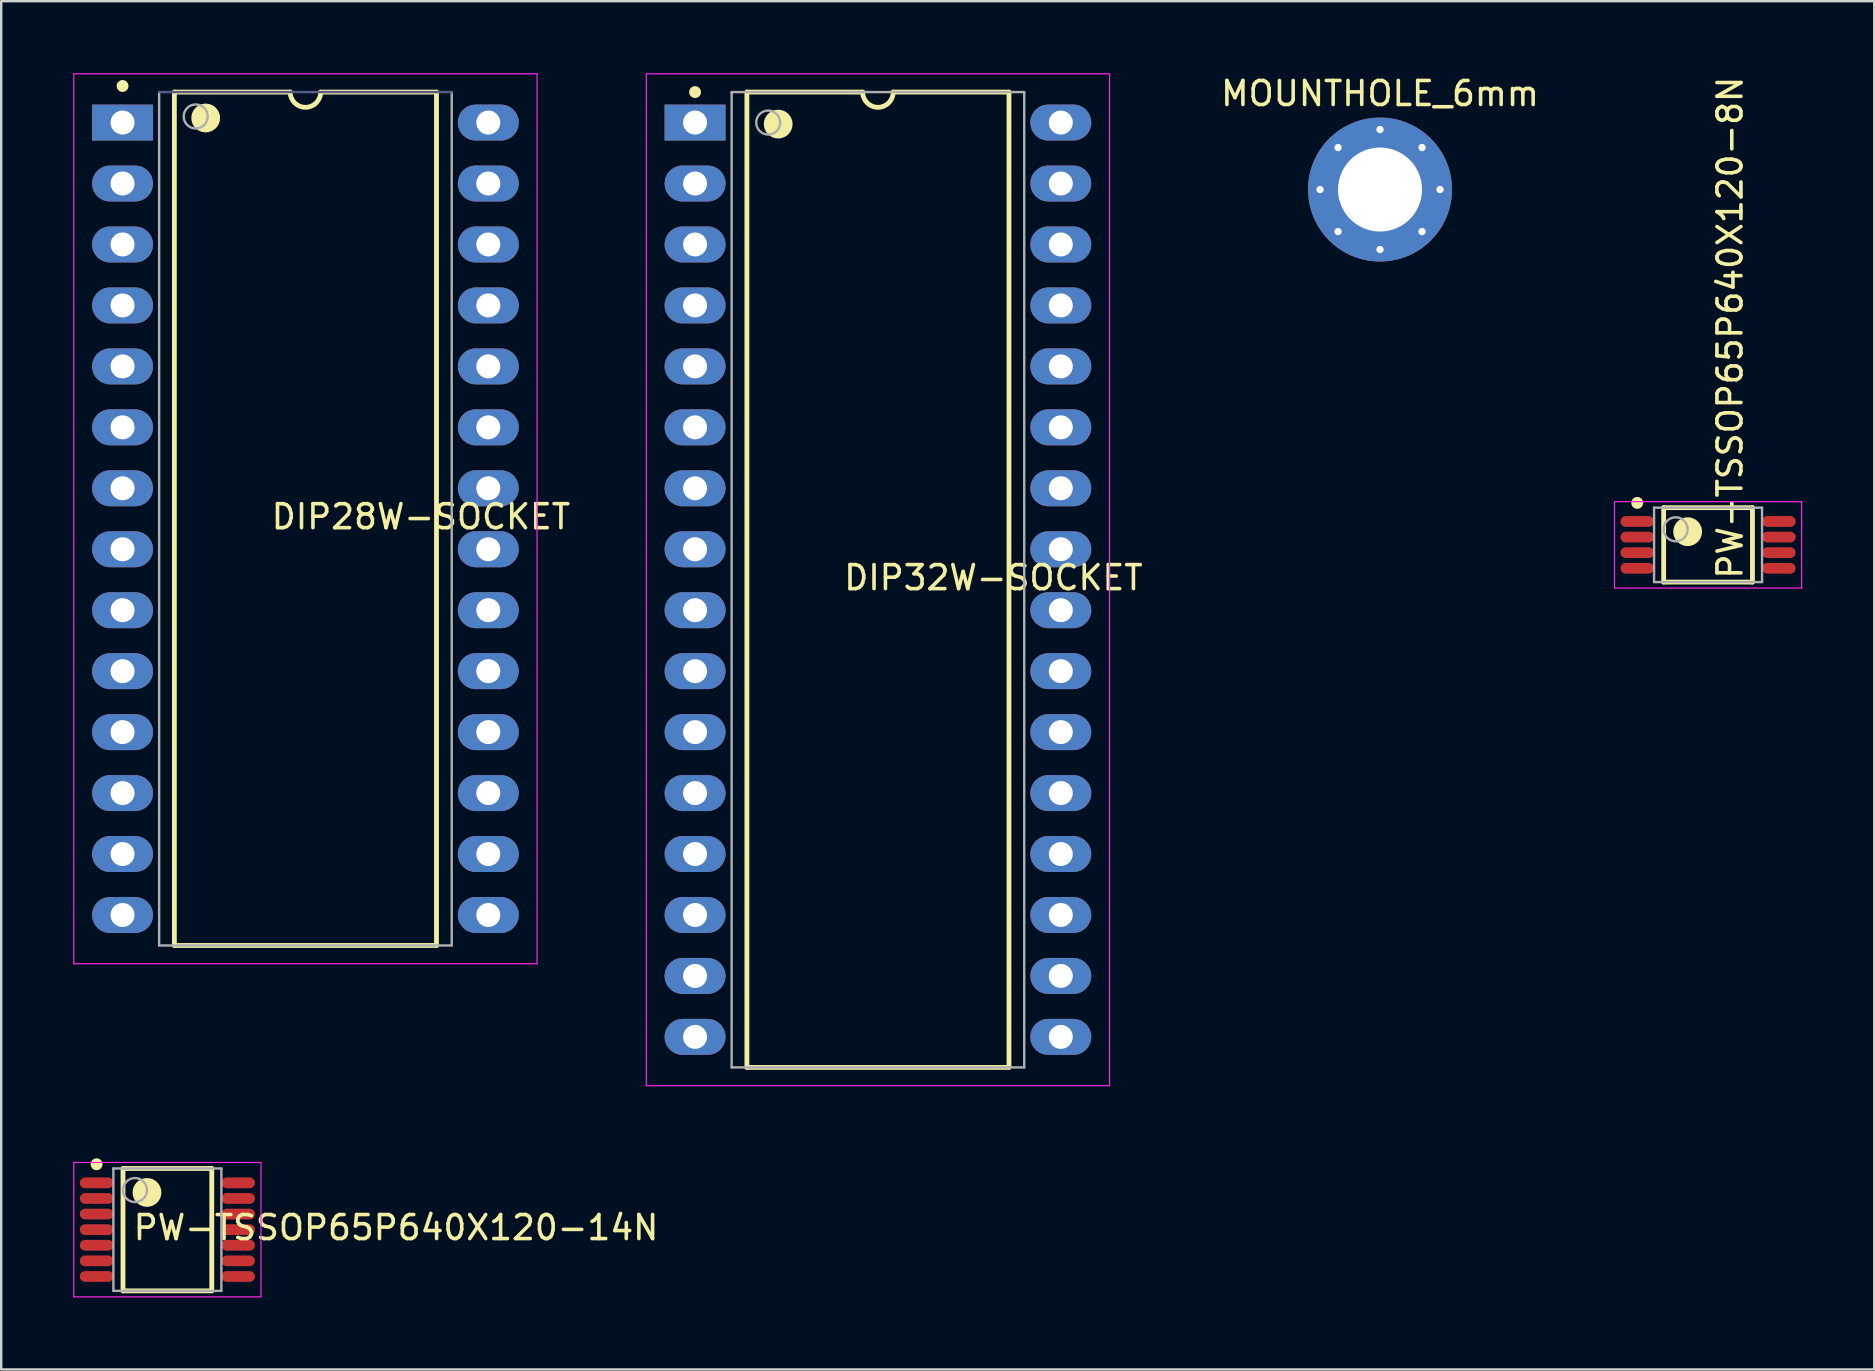
<source format=kicad_pcb>
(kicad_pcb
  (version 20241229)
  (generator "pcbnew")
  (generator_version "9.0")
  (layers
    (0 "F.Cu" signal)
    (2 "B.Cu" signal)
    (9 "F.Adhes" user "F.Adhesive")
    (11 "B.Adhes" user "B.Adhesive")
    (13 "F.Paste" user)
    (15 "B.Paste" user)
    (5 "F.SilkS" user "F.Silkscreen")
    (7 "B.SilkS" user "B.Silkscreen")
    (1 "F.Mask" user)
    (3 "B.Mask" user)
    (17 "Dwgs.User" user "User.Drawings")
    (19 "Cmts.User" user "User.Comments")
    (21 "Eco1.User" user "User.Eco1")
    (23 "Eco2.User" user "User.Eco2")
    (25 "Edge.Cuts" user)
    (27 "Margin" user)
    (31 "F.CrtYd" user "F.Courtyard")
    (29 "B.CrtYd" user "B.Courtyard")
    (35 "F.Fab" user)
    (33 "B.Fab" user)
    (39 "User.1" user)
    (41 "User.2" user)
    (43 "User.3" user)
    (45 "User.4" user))
  (footprint "MOUNTHOLE_6mm"
    (layer "F.Cu")
    (at 54.455 4.848)
    (property "Reference" "MOUNTHOLE_6mm" (at 0 -4 0) (unlocked yes) (layer "F.SilkS") (effects (font (size 1 1) (thickness 0.15))))
    (attr through_hole exclude_from_bom)
    (pad "1" thru_hole circle (at -2.5 0) (size 0.61 0.61) (drill 0.305) (layers "*.Cu" "*.Mask"))
    (pad "1" thru_hole circle (at -1.75 -1.75) (size 0.61 0.61) (drill 0.305) (layers "*.Cu" "*.Mask"))
    (pad "1" thru_hole circle (at -1.75 1.75) (size 0.61 0.61) (drill 0.305) (layers "*.Cu" "*.Mask"))
    (pad "1" thru_hole circle (at 0 -2.5) (size 0.61 0.61) (drill 0.305) (layers "*.Cu" "*.Mask"))
    (pad "1" thru_hole circle (at 0 0) (size 6 6) (drill 3.5) (layers "*.Cu" "*.Mask"))
    (pad "1" thru_hole circle (at 0 2.5) (size 0.61 0.61) (drill 0.305) (layers "*.Cu" "*.Mask"))
    (pad "1" thru_hole circle (at 1.75 -1.75) (size 0.61 0.61) (drill 0.305) (layers "*.Cu" "*.Mask"))
    (pad "1" thru_hole circle (at 1.75 1.75) (size 0.61 0.61) (drill 0.305) (layers "*.Cu" "*.Mask"))
    (pad "1" thru_hole circle (at 2.5 0) (size 0.61 0.61) (drill 0.305) (layers "*.Cu" "*.Mask")))
  (footprint "DIP32W-SOCKET"
    (layer "F.Cu")
    (at 33.533 21.107)
    (property "Reference" "DIP32W-SOCKET" (at -1.5 0.5 0) (unlocked yes) (layer "F.SilkS") (effects (font (size 1 1) (thickness 0.15)) (justify left bottom)))
    (attr through_hole)
    (fp_line (start -5.461 -20.32) (end -5.461 20.32) (stroke (width 0.2) (type solid)) (layer "F.SilkS"))
    (fp_line (start -5.461 -20.32) (end -0.635 -20.32) (stroke (width 0.2) (type solid)) (layer "F.SilkS"))
    (fp_line (start -5.461 20.32) (end 5.461 20.32) (stroke (width 0.2) (type solid)) (layer "F.SilkS"))
    (fp_line (start 0.635 -20.32) (end 5.461 -20.32) (stroke (width 0.2) (type solid)) (layer "F.SilkS"))
    (fp_line (start 5.461 -20.32) (end 5.461 20.32) (stroke (width 0.2) (type solid)) (layer "F.SilkS"))
    (fp_arc (start 0.635 -20.32) (mid 0 -19.685) (end -0.635 -20.32) (stroke (width 0.2) (type solid)) (layer "F.SilkS"))
    (fp_circle (center -7.62 -20.32) (end -7.495 -20.32) (stroke (width 0.25) (type solid)) (fill no) (layer "F.SilkS"))
    (fp_circle (center -4.156 -18.986) (end -3.856 -18.986) (stroke (width 0.6) (type solid)) (fill no) (layer "F.SilkS"))
    (fp_line (start -9.652 -21.082) (end -9.652 21.082) (stroke (width 0.05) (type solid)) (layer "F.CrtYd"))
    (fp_line (start -9.652 -21.082) (end 9.652 -21.082) (stroke (width 0.05) (type solid)) (layer "F.CrtYd"))
    (fp_line (start -9.652 21.082) (end 9.652 21.082) (stroke (width 0.05) (type solid)) (layer "F.CrtYd"))
    (fp_line (start 9.652 -21.082) (end 9.652 21.082) (stroke (width 0.05) (type solid)) (layer "F.CrtYd"))
    (fp_line (start -6.096 -20.32) (end -6.096 20.32) (stroke (width 0.1) (type solid)) (layer "F.Fab"))
    (fp_line (start -6.096 -20.32) (end 6.096 -20.32) (stroke (width 0.1) (type solid)) (layer "F.Fab"))
    (fp_line (start -6.096 20.32) (end 6.096 20.32) (stroke (width 0.1) (type solid)) (layer "F.Fab"))
    (fp_line (start 6.096 -20.32) (end 6.096 20.32) (stroke (width 0.1) (type solid)) (layer "F.Fab"))
    (fp_circle (center -4.572 -19.05) (end -4.072 -19.05) (stroke (width 0.1) (type solid)) (fill no) (layer "F.Fab"))
    (pad "1" thru_hole rect (at -7.62 -19.05) (size 2.54 1.5) (drill 1) (layers "*.Cu" "*.Mask"))
    (pad "2" thru_hole oval (at -7.62 -16.51) (size 2.54 1.5) (drill 1) (layers "*.Cu" "*.Mask"))
    (pad "3" thru_hole oval (at -7.62 -13.97) (size 2.54 1.5) (drill 1) (layers "*.Cu" "*.Mask"))
    (pad "4" thru_hole oval (at -7.62 -11.43) (size 2.54 1.5) (drill 1) (layers "*.Cu" "*.Mask"))
    (pad "5" thru_hole oval (at -7.62 -8.89) (size 2.54 1.5) (drill 1) (layers "*.Cu" "*.Mask"))
    (pad "6" thru_hole oval (at -7.62 -6.35) (size 2.54 1.5) (drill 1) (layers "*.Cu" "*.Mask"))
    (pad "7" thru_hole oval (at -7.62 -3.81) (size 2.54 1.5) (drill 1) (layers "*.Cu" "*.Mask"))
    (pad "8" thru_hole oval (at -7.62 -1.27) (size 2.54 1.5) (drill 1) (layers "*.Cu" "*.Mask"))
    (pad "9" thru_hole oval (at -7.62 1.27) (size 2.54 1.5) (drill 1) (layers "*.Cu" "*.Mask"))
    (pad "10" thru_hole oval (at -7.62 3.81) (size 2.54 1.5) (drill 1) (layers "*.Cu" "*.Mask"))
    (pad "11" thru_hole oval (at -7.62 6.35) (size 2.54 1.5) (drill 1) (layers "*.Cu" "*.Mask"))
    (pad "12" thru_hole oval (at -7.62 8.89) (size 2.54 1.5) (drill 1) (layers "*.Cu" "*.Mask"))
    (pad "13" thru_hole oval (at -7.62 11.43) (size 2.54 1.5) (drill 1) (layers "*.Cu" "*.Mask"))
    (pad "14" thru_hole oval (at -7.62 13.97) (size 2.54 1.5) (drill 1) (layers "*.Cu" "*.Mask"))
    (pad "15" thru_hole oval (at -7.62 16.51) (size 2.54 1.5) (drill 1) (layers "*.Cu" "*.Mask"))
    (pad "16" thru_hole oval (at -7.62 19.05) (size 2.54 1.5) (drill 1) (layers "*.Cu" "*.Mask"))
    (pad "17" thru_hole oval (at 7.62 19.05) (size 2.54 1.5) (drill 1) (layers "*.Cu" "*.Mask"))
    (pad "18" thru_hole oval (at 7.62 16.51) (size 2.54 1.5) (drill 1) (layers "*.Cu" "*.Mask"))
    (pad "19" thru_hole oval (at 7.62 13.97) (size 2.54 1.5) (drill 1) (layers "*.Cu" "*.Mask"))
    (pad "20" thru_hole oval (at 7.62 11.43) (size 2.54 1.5) (drill 1) (layers "*.Cu" "*.Mask"))
    (pad "21" thru_hole oval (at 7.62 8.89) (size 2.54 1.5) (drill 1) (layers "*.Cu" "*.Mask"))
    (pad "22" thru_hole oval (at 7.62 6.35) (size 2.54 1.5) (drill 1) (layers "*.Cu" "*.Mask"))
    (pad "23" thru_hole oval (at 7.62 3.81) (size 2.54 1.5) (drill 1) (layers "*.Cu" "*.Mask"))
    (pad "24" thru_hole oval (at 7.62 1.27) (size 2.54 1.5) (drill 1) (layers "*.Cu" "*.Mask"))
    (pad "25" thru_hole oval (at 7.62 -1.27) (size 2.54 1.5) (drill 1) (layers "*.Cu" "*.Mask"))
    (pad "26" thru_hole oval (at 7.62 -3.81) (size 2.54 1.5) (drill 1) (layers "*.Cu" "*.Mask"))
    (pad "27" thru_hole oval (at 7.62 -6.35) (size 2.54 1.5) (drill 1) (layers "*.Cu" "*.Mask"))
    (pad "28" thru_hole oval (at 7.62 -8.89) (size 2.54 1.5) (drill 1) (layers "*.Cu" "*.Mask"))
    (pad "29" thru_hole oval (at 7.62 -11.43) (size 2.54 1.5) (drill 1) (layers "*.Cu" "*.Mask"))
    (pad "30" thru_hole oval (at 7.62 -13.97) (size 2.54 1.5) (drill 1) (layers "*.Cu" "*.Mask"))
    (pad "31" thru_hole oval (at 7.62 -16.51) (size 2.54 1.5) (drill 1) (layers "*.Cu" "*.Mask"))
    (pad "32" thru_hole oval (at 7.62 -19.05) (size 2.54 1.5) (drill 1) (layers "*.Cu" "*.Mask")))
  (footprint "DIP28W-SOCKET"
    (layer "F.Cu")
    (at 9.677 18.567)
    (property "Reference" "DIP28W-SOCKET" (at -1.5 0.5 0) (unlocked yes) (layer "F.SilkS") (effects (font (size 1 1) (thickness 0.15)) (justify left bottom)))
    (attr through_hole)
    (fp_line (start -5.461 -17.78) (end -5.461 17.78) (stroke (width 0.2) (type solid)) (layer "F.SilkS"))
    (fp_line (start -5.461 -17.78) (end -0.635 -17.78) (stroke (width 0.2) (type solid)) (layer "F.SilkS"))
    (fp_line (start -5.461 17.78) (end 5.461 17.78) (stroke (width 0.2) (type solid)) (layer "F.SilkS"))
    (fp_line (start 0.635 -17.78) (end 5.461 -17.78) (stroke (width 0.2) (type solid)) (layer "F.SilkS"))
    (fp_line (start 5.461 -17.78) (end 5.461 17.78) (stroke (width 0.2) (type solid)) (layer "F.SilkS"))
    (fp_arc (start 0.635 -17.78) (mid 0 -17.145) (end -0.635 -17.78) (stroke (width 0.2) (type solid)) (layer "F.SilkS"))
    (fp_circle (center -7.62 -18.034) (end -7.495 -18.034) (stroke (width 0.25) (type solid)) (fill no) (layer "F.SilkS"))
    (fp_circle (center -4.156 -16.7) (end -3.856 -16.7) (stroke (width 0.6) (type solid)) (fill no) (layer "F.SilkS"))
    (fp_line (start -9.652 -18.542) (end -9.652 18.542) (stroke (width 0.05) (type solid)) (layer "F.CrtYd"))
    (fp_line (start -9.652 -18.542) (end 9.652 -18.542) (stroke (width 0.05) (type solid)) (layer "F.CrtYd"))
    (fp_line (start -9.652 18.542) (end 9.652 18.542) (stroke (width 0.05) (type solid)) (layer "F.CrtYd"))
    (fp_line (start 9.652 -18.542) (end 9.652 18.542) (stroke (width 0.05) (type solid)) (layer "F.CrtYd"))
    (fp_line (start -6.096 -17.78) (end 6.096 -17.78) (stroke (width 0.1) (type solid)) (layer "B.Fab"))
    (fp_line (start -6.096 -17.78) (end -6.096 17.78) (stroke (width 0.1) (type solid)) (layer "F.Fab"))
    (fp_line (start -6.096 17.78) (end 6.096 17.78) (stroke (width 0.1) (type solid)) (layer "F.Fab"))
    (fp_line (start 6.096 -17.78) (end 6.096 17.78) (stroke (width 0.1) (type solid)) (layer "F.Fab"))
    (fp_circle (center -4.572 -16.764) (end -4.072 -16.764) (stroke (width 0.1) (type solid)) (fill no) (layer "F.Fab"))
    (pad "1" thru_hole rect (at -7.62 -16.51) (size 2.54 1.5) (drill 1) (layers "*.Cu" "*.Mask"))
    (pad "2" thru_hole oval (at -7.62 -13.97) (size 2.54 1.5) (drill 1) (layers "*.Cu" "*.Mask"))
    (pad "3" thru_hole oval (at -7.62 -11.43) (size 2.54 1.5) (drill 1) (layers "*.Cu" "*.Mask"))
    (pad "4" thru_hole oval (at -7.62 -8.89) (size 2.54 1.5) (drill 1) (layers "*.Cu" "*.Mask"))
    (pad "5" thru_hole oval (at -7.62 -6.35) (size 2.54 1.5) (drill 1) (layers "*.Cu" "*.Mask"))
    (pad "6" thru_hole oval (at -7.62 -3.81) (size 2.54 1.5) (drill 1) (layers "*.Cu" "*.Mask"))
    (pad "7" thru_hole oval (at -7.62 -1.27) (size 2.54 1.5) (drill 1) (layers "*.Cu" "*.Mask"))
    (pad "8" thru_hole oval (at -7.62 1.27) (size 2.54 1.5) (drill 1) (layers "*.Cu" "*.Mask"))
    (pad "9" thru_hole oval (at -7.62 3.81) (size 2.54 1.5) (drill 1) (layers "*.Cu" "*.Mask"))
    (pad "10" thru_hole oval (at -7.62 6.35) (size 2.54 1.5) (drill 1) (layers "*.Cu" "*.Mask"))
    (pad "11" thru_hole oval (at -7.62 8.89) (size 2.54 1.5) (drill 1) (layers "*.Cu" "*.Mask"))
    (pad "12" thru_hole oval (at -7.62 11.43) (size 2.54 1.5) (drill 1) (layers "*.Cu" "*.Mask"))
    (pad "13" thru_hole oval (at -7.62 13.97) (size 2.54 1.5) (drill 1) (layers "*.Cu" "*.Mask"))
    (pad "14" thru_hole oval (at -7.62 16.51) (size 2.54 1.5) (drill 1) (layers "*.Cu" "*.Mask"))
    (pad "15" thru_hole oval (at 7.62 16.51) (size 2.54 1.5) (drill 1) (layers "*.Cu" "*.Mask"))
    (pad "16" thru_hole oval (at 7.62 13.97) (size 2.54 1.5) (drill 1) (layers "*.Cu" "*.Mask"))
    (pad "17" thru_hole oval (at 7.62 11.43) (size 2.54 1.5) (drill 1) (layers "*.Cu" "*.Mask"))
    (pad "18" thru_hole oval (at 7.62 8.89) (size 2.54 1.5) (drill 1) (layers "*.Cu" "*.Mask"))
    (pad "19" thru_hole oval (at 7.62 6.35) (size 2.54 1.5) (drill 1) (layers "*.Cu" "*.Mask"))
    (pad "20" thru_hole oval (at 7.62 3.81) (size 2.54 1.5) (drill 1) (layers "*.Cu" "*.Mask"))
    (pad "21" thru_hole oval (at 7.62 1.27) (size 2.54 1.5) (drill 1) (layers "*.Cu" "*.Mask"))
    (pad "22" thru_hole oval (at 7.62 -1.27) (size 2.54 1.5) (drill 1) (layers "*.Cu" "*.Mask"))
    (pad "23" thru_hole oval (at 7.62 -3.81) (size 2.54 1.5) (drill 1) (layers "*.Cu" "*.Mask"))
    (pad "24" thru_hole oval (at 7.62 -6.35) (size 2.54 1.5) (drill 1) (layers "*.Cu" "*.Mask"))
    (pad "25" thru_hole oval (at 7.62 -8.89) (size 2.54 1.5) (drill 1) (layers "*.Cu" "*.Mask"))
    (pad "26" thru_hole oval (at 7.62 -11.43) (size 2.54 1.5) (drill 1) (layers "*.Cu" "*.Mask"))
    (pad "27" thru_hole oval (at 7.62 -13.97) (size 2.54 1.5) (drill 1) (layers "*.Cu" "*.Mask"))
    (pad "28" thru_hole oval (at 7.62 -16.51) (size 2.54 1.5) (drill 1) (layers "*.Cu" "*.Mask")))
  (footprint "PW-TSSOP65P640X120-8N"
    (layer "F.Cu")
    (at 68.124 19.655)
    (property "Reference" "PW-TSSOP65P640X120-8N" (at 1.5 1.5 90) (unlocked yes) (layer "F.SilkS") (effects (font (size 1 1) (thickness 0.15)) (justify left bottom)))
    (attr smd)
    (fp_line (start -1.85 1.55) (end -1.85 -1.55) (stroke (width 0.2) (type solid)) (layer "F.SilkS"))
    (fp_line (start 1.85 -1.55) (end -1.85 -1.55) (stroke (width 0.2) (type solid)) (layer "F.SilkS"))
    (fp_line (start 1.85 1.55) (end -1.85 1.55) (stroke (width 0.2) (type solid)) (layer "F.SilkS"))
    (fp_line (start 1.85 1.55) (end 1.85 -1.55) (stroke (width 0.2) (type solid)) (layer "F.SilkS"))
    (fp_circle (center -2.95 -1.75) (end -3.075 -1.75) (stroke (width 0.25) (type solid)) (fill no) (layer "F.SilkS"))
    (fp_circle (center -0.85 -0.55) (end -1.15 -0.55) (stroke (width 0.6) (type solid)) (fill no) (layer "F.SilkS"))
    (fp_line (start -3.9 1.8) (end -3.9 -1.8) (stroke (width 0.05) (type solid)) (layer "F.CrtYd"))
    (fp_line (start 3.9 -1.8) (end -3.9 -1.8) (stroke (width 0.05) (type solid)) (layer "F.CrtYd"))
    (fp_line (start 3.9 1.8) (end -3.9 1.8) (stroke (width 0.05) (type solid)) (layer "F.CrtYd"))
    (fp_line (start 3.9 1.8) (end 3.9 -1.8) (stroke (width 0.05) (type solid)) (layer "F.CrtYd"))
    (fp_line (start -2.25 1.55) (end -2.25 -1.55) (stroke (width 0.1) (type solid)) (layer "F.Fab"))
    (fp_line (start 2.25 -1.55) (end -2.25 -1.55) (stroke (width 0.1) (type solid)) (layer "F.Fab"))
    (fp_line (start 2.25 1.55) (end -2.25 1.55) (stroke (width 0.1) (type solid)) (layer "F.Fab"))
    (fp_line (start 2.25 1.55) (end 2.25 -1.55) (stroke (width 0.1) (type solid)) (layer "F.Fab"))
    (fp_circle (center -1.35 -0.65) (end -0.85 -0.65) (stroke (width 0.1) (type solid)) (fill no) (layer "F.Fab"))
    (pad "1" smd oval (at -2.95 -0.975 90) (size 0.45 1.4) (layers "F.Cu" "F.Mask" "F.Paste"))
    (pad "2" smd oval (at -2.95 -0.325 90) (size 0.45 1.4) (layers "F.Cu" "F.Mask" "F.Paste"))
    (pad "3" smd oval (at -2.95 0.325 90) (size 0.45 1.4) (layers "F.Cu" "F.Mask" "F.Paste"))
    (pad "4" smd oval (at -2.95 0.975 90) (size 0.45 1.4) (layers "F.Cu" "F.Mask" "F.Paste"))
    (pad "5" smd oval (at 2.95 0.975 90) (size 0.45 1.4) (layers "F.Cu" "F.Mask" "F.Paste"))
    (pad "6" smd oval (at 2.95 0.325 90) (size 0.45 1.4) (layers "F.Cu" "F.Mask" "F.Paste"))
    (pad "7" smd oval (at 2.95 -0.325 90) (size 0.45 1.4) (layers "F.Cu" "F.Mask" "F.Paste"))
    (pad "8" smd oval (at 2.95 -0.975 90) (size 0.45 1.4) (layers "F.Cu" "F.Mask" "F.Paste")))
  (footprint "PW-TSSOP65P640X120-14N"
    (layer "F.Cu")
    (at 3.925 48.189)
    (property "Reference" "PW-TSSOP65P640X120-14N" (at -1.5 0.5 0) (unlocked yes) (layer "F.SilkS") (effects (font (size 1 1) (thickness 0.15)) (justify left bottom)))
    (attr smd)
    (fp_line (start -1.85 2.55) (end -1.85 -2.55) (stroke (width 0.2) (type solid)) (layer "F.SilkS"))
    (fp_line (start 1.85 -2.55) (end -1.85 -2.55) (stroke (width 0.2) (type solid)) (layer "F.SilkS"))
    (fp_line (start 1.85 2.55) (end -1.85 2.55) (stroke (width 0.2) (type solid)) (layer "F.SilkS"))
    (fp_line (start 1.85 2.55) (end 1.85 -2.55) (stroke (width 0.2) (type solid)) (layer "F.SilkS"))
    (fp_circle (center -2.95 -2.725) (end -3.075 -2.725) (stroke (width 0.25) (type solid)) (fill no) (layer "F.SilkS"))
    (fp_circle (center -0.85 -1.55) (end -1.15 -1.55) (stroke (width 0.6) (type solid)) (fill no) (layer "F.SilkS"))
    (fp_line (start -3.9 2.8) (end -3.9 -2.8) (stroke (width 0.05) (type solid)) (layer "F.CrtYd"))
    (fp_line (start 3.9 -2.8) (end -3.9 -2.8) (stroke (width 0.05) (type solid)) (layer "F.CrtYd"))
    (fp_line (start 3.9 2.8) (end -3.9 2.8) (stroke (width 0.05) (type solid)) (layer "F.CrtYd"))
    (fp_line (start 3.9 2.8) (end 3.9 -2.8) (stroke (width 0.05) (type solid)) (layer "F.CrtYd"))
    (fp_line (start -2.25 2.55) (end -2.25 -2.55) (stroke (width 0.1) (type solid)) (layer "F.Fab"))
    (fp_line (start 2.25 -2.55) (end -2.25 -2.55) (stroke (width 0.1) (type solid)) (layer "F.Fab"))
    (fp_line (start 2.25 2.55) (end -2.25 2.55) (stroke (width 0.1) (type solid)) (layer "F.Fab"))
    (fp_line (start 2.25 2.55) (end 2.25 -2.55) (stroke (width 0.1) (type solid)) (layer "F.Fab"))
    (fp_circle (center -1.35 -1.65) (end -0.85 -1.65) (stroke (width 0.1) (type solid)) (fill no) (layer "F.Fab"))
    (pad "1" smd oval (at -2.95 -1.95 90) (size 0.45 1.4) (layers "F.Cu" "F.Mask" "F.Paste"))
    (pad "2" smd oval (at -2.95 -1.3 90) (size 0.45 1.4) (layers "F.Cu" "F.Mask" "F.Paste"))
    (pad "3" smd oval (at -2.95 -0.65 90) (size 0.45 1.4) (layers "F.Cu" "F.Mask" "F.Paste"))
    (pad "4" smd oval (at -2.95 0 90) (size 0.45 1.4) (layers "F.Cu" "F.Mask" "F.Paste"))
    (pad "5" smd oval (at -2.95 0.65 90) (size 0.45 1.4) (layers "F.Cu" "F.Mask" "F.Paste"))
    (pad "6" smd oval (at -2.95 1.3 90) (size 0.45 1.4) (layers "F.Cu" "F.Mask" "F.Paste"))
    (pad "7" smd oval (at -2.95 1.95 90) (size 0.45 1.4) (layers "F.Cu" "F.Mask" "F.Paste"))
    (pad "8" smd oval (at 2.95 1.95 90) (size 0.45 1.4) (layers "F.Cu" "F.Mask" "F.Paste"))
    (pad "9" smd oval (at 2.95 1.3 90) (size 0.45 1.4) (layers "F.Cu" "F.Mask" "F.Paste"))
    (pad "10" smd oval (at 2.95 0.65 90) (size 0.45 1.4) (layers "F.Cu" "F.Mask" "F.Paste"))
    (pad "11" smd oval (at 2.95 0 90) (size 0.45 1.4) (layers "F.Cu" "F.Mask" "F.Paste"))
    (pad "12" smd oval (at 2.95 -0.65 90) (size 0.45 1.4) (layers "F.Cu" "F.Mask" "F.Paste"))
    (pad "13" smd oval (at 2.95 -1.3 90) (size 0.45 1.4) (layers "F.Cu" "F.Mask" "F.Paste"))
    (pad "14" smd oval (at 2.95 -1.95 90) (size 0.45 1.4) (layers "F.Cu" "F.Mask" "F.Paste")))
  (gr_rect
    (start -3 -3)
    (end 75.049 54.014)
    (stroke (width 0.1) (type default))
    (fill no)
    (layer "Edge.Cuts")))
</source>
